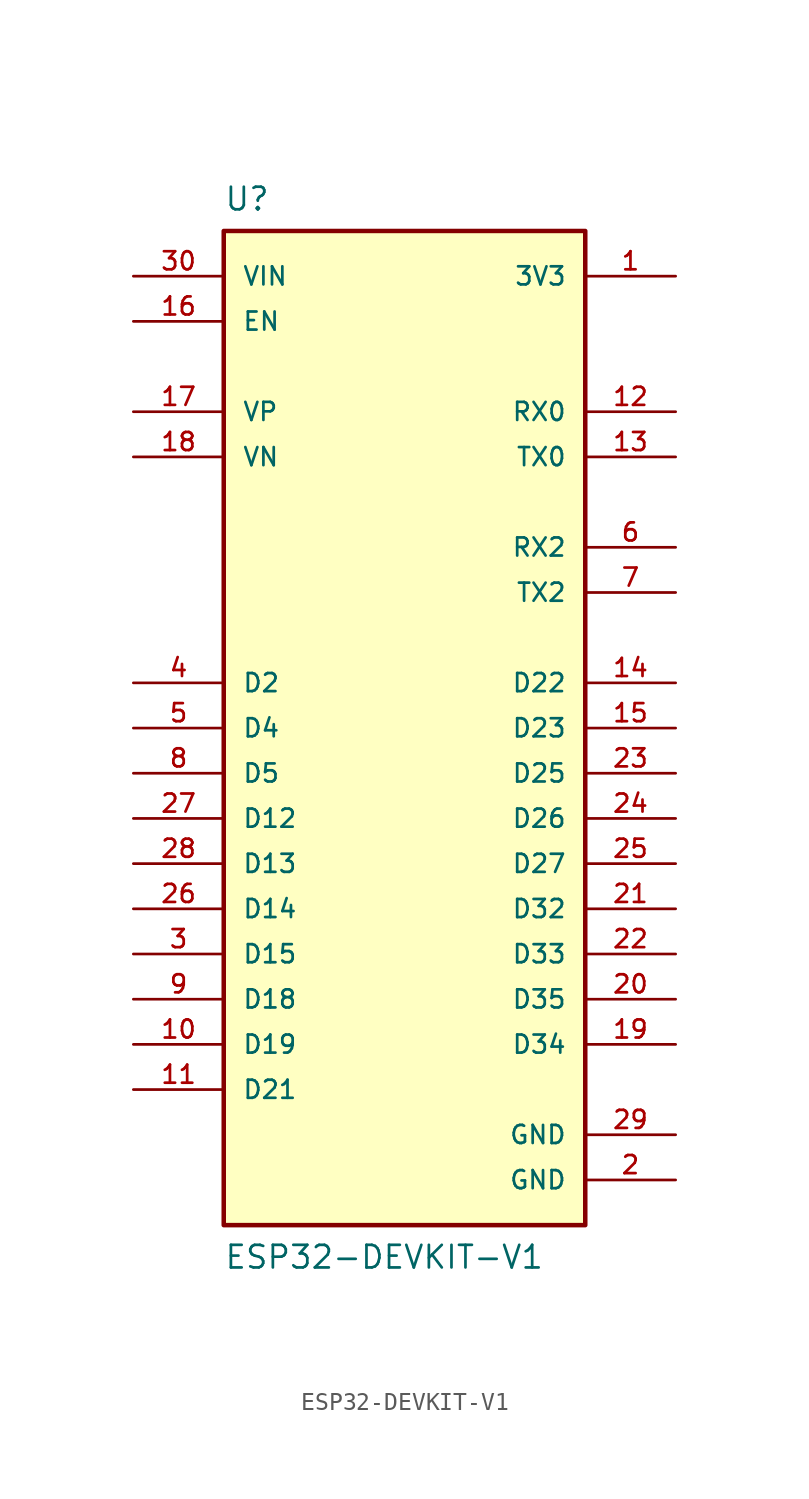
<source format=kicad_sym>
(kicad_symbol_lib
  (version 20220914)
  (generator kicad_symbol_editor)
  (symbol "ESP32-DEVKIT-V1"
    (pin_names
      (offset 1.016))
    (property "Reference" "U"
      (at -10.16 30.48 0)
      (effects (font (size 1.27 1.27)) (justify left top)))
    (property "Value" "ESP32-DEVKIT-V1"
      (at -10.16 -30.48 0)
      (effects (font (size 1.27 1.27)) (justify left bottom)))
    (symbol "ESP32-DEVKIT-V1_0_0"
      (rectangle (start -10.16 -27.94) (end 10.16 27.94) (stroke (width 0.254) (type default)) (fill (type background)))
      (pin output line (at 15.24 25.4 180) (length 5.08) (name "3V3" (effects (font (size 1.016 1.016)))) (number "1" (effects (font (size 1.016 1.016)))))
      (pin bidirectional line (at -15.24 -17.78 0) (length 5.08) (name "D19" (effects (font (size 1.016 1.016)))) (number "10" (effects (font (size 1.016 1.016)))))
      (pin bidirectional line (at -15.24 -20.32 0) (length 5.08) (name "D21" (effects (font (size 1.016 1.016)))) (number "11" (effects (font (size 1.016 1.016)))))
      (pin input line (at 15.24 17.78 180) (length 5.08) (name "RX0" (effects (font (size 1.016 1.016)))) (number "12" (effects (font (size 1.016 1.016)))))
      (pin output line (at 15.24 15.24 180) (length 5.08) (name "TX0" (effects (font (size 1.016 1.016)))) (number "13" (effects (font (size 1.016 1.016)))))
      (pin bidirectional line (at 15.24 2.54 180) (length 5.08) (name "D22" (effects (font (size 1.016 1.016)))) (number "14" (effects (font (size 1.016 1.016)))))
      (pin bidirectional line (at 15.24 0 180) (length 5.08) (name "D23" (effects (font (size 1.016 1.016)))) (number "15" (effects (font (size 1.016 1.016)))))
      (pin input line (at -15.24 22.86 0) (length 5.08) (name "EN" (effects (font (size 1.016 1.016)))) (number "16" (effects (font (size 1.016 1.016)))))
      (pin bidirectional line (at -15.24 17.78 0) (length 5.08) (name "VP" (effects (font (size 1.016 1.016)))) (number "17" (effects (font (size 1.016 1.016)))))
      (pin bidirectional line (at -15.24 15.24 0) (length 5.08) (name "VN" (effects (font (size 1.016 1.016)))) (number "18" (effects (font (size 1.016 1.016)))))
      (pin bidirectional line (at 15.24 -17.78 180) (length 5.08) (name "D34" (effects (font (size 1.016 1.016)))) (number "19" (effects (font (size 1.016 1.016)))))
      (pin power_in line (at 15.24 -25.4 180) (length 5.08) (name "GND" (effects (font (size 1.016 1.016)))) (number "2" (effects (font (size 1.016 1.016)))))
      (pin bidirectional line (at 15.24 -15.24 180) (length 5.08) (name "D35" (effects (font (size 1.016 1.016)))) (number "20" (effects (font (size 1.016 1.016)))))
      (pin bidirectional line (at 15.24 -10.16 180) (length 5.08) (name "D32" (effects (font (size 1.016 1.016)))) (number "21" (effects (font (size 1.016 1.016)))))
      (pin bidirectional line (at 15.24 -12.7 180) (length 5.08) (name "D33" (effects (font (size 1.016 1.016)))) (number "22" (effects (font (size 1.016 1.016)))))
      (pin bidirectional line (at 15.24 -2.54 180) (length 5.08) (name "D25" (effects (font (size 1.016 1.016)))) (number "23" (effects (font (size 1.016 1.016)))))
      (pin bidirectional line (at 15.24 -5.08 180) (length 5.08) (name "D26" (effects (font (size 1.016 1.016)))) (number "24" (effects (font (size 1.016 1.016)))))
      (pin bidirectional line (at 15.24 -7.62 180) (length 5.08) (name "D27" (effects (font (size 1.016 1.016)))) (number "25" (effects (font (size 1.016 1.016)))))
      (pin bidirectional line (at -15.24 -10.16 0) (length 5.08) (name "D14" (effects (font (size 1.016 1.016)))) (number "26" (effects (font (size 1.016 1.016)))))
      (pin bidirectional line (at -15.24 -5.08 0) (length 5.08) (name "D12" (effects (font (size 1.016 1.016)))) (number "27" (effects (font (size 1.016 1.016)))))
      (pin bidirectional line (at -15.24 -7.62 0) (length 5.08) (name "D13" (effects (font (size 1.016 1.016)))) (number "28" (effects (font (size 1.016 1.016)))))
      (pin power_in line (at 15.24 -22.86 180) (length 5.08) (name "GND" (effects (font (size 1.016 1.016)))) (number "29" (effects (font (size 1.016 1.016)))))
      (pin bidirectional line (at -15.24 -12.7 0) (length 5.08) (name "D15" (effects (font (size 1.016 1.016)))) (number "3" (effects (font (size 1.016 1.016)))))
      (pin input line (at -15.24 25.4 0) (length 5.08) (name "VIN" (effects (font (size 1.016 1.016)))) (number "30" (effects (font (size 1.016 1.016)))))
      (pin bidirectional line (at -15.24 2.54 0) (length 5.08) (name "D2" (effects (font (size 1.016 1.016)))) (number "4" (effects (font (size 1.016 1.016)))))
      (pin bidirectional line (at -15.24 0 0) (length 5.08) (name "D4" (effects (font (size 1.016 1.016)))) (number "5" (effects (font (size 1.016 1.016)))))
      (pin input line (at 15.24 10.16 180) (length 5.08) (name "RX2" (effects (font (size 1.016 1.016)))) (number "6" (effects (font (size 1.016 1.016)))))
      (pin output line (at 15.24 7.62 180) (length 5.08) (name "TX2" (effects (font (size 1.016 1.016)))) (number "7" (effects (font (size 1.016 1.016)))))
      (pin bidirectional line (at -15.24 -2.54 0) (length 5.08) (name "D5" (effects (font (size 1.016 1.016)))) (number "8" (effects (font (size 1.016 1.016)))))
      (pin bidirectional line (at -15.24 -15.24 0) (length 5.08) (name "D18" (effects (font (size 1.016 1.016)))) (number "9" (effects (font (size 1.016 1.016))))))))
</source>
